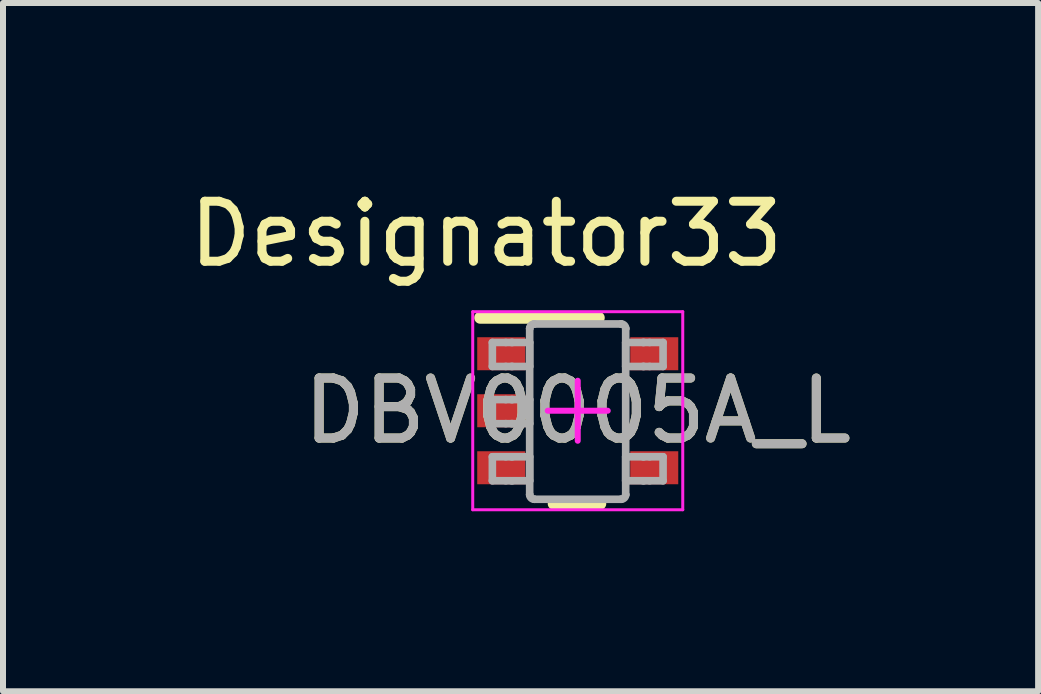
<source format=kicad_pcb>
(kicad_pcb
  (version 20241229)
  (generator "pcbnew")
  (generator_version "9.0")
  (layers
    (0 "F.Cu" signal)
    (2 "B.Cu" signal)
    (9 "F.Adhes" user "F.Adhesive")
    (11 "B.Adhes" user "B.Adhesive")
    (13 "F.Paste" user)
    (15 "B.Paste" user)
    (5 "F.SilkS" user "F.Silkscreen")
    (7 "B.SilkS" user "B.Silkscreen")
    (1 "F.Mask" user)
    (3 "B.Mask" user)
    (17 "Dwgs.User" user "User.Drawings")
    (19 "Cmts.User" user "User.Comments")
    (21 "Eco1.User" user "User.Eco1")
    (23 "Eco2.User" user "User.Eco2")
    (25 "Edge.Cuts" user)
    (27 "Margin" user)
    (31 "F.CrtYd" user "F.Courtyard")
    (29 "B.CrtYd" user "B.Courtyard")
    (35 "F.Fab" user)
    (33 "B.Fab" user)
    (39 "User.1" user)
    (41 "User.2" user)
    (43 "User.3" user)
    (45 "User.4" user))
  (footprint "DBV0005A_L"
    (layer "F.Cu")
    (at 6.578 3.795)
    (property "Reference" "DBV0005A_L" (at 0 0 0) (unlocked yes) (layer "F.SilkS") (effects (font (size 1 1) (thickness 0.15))))
    (attr smd)
    (fp_line (start -1.625 -1.55) (end 0.35 -1.55) (stroke (width 0.2) (type solid)) (layer "F.SilkS"))
    (fp_line (start -0.4 1.55) (end 0.375 1.55) (stroke (width 0.2) (type solid)) (layer "F.SilkS"))
    (fp_line (start -1.75 -1.65) (end 1.75 -1.65) (stroke (width 0.05) (type solid)) (layer "F.CrtYd"))
    (fp_line (start -1.75 1.65) (end -1.75 -1.65) (stroke (width 0.05) (type solid)) (layer "F.CrtYd"))
    (fp_line (start -1.75 1.65) (end 1.75 1.65) (stroke (width 0.05) (type solid)) (layer "F.CrtYd"))
    (fp_line (start -0.5 0) (end 0.5 0) (stroke (width 0.1) (type solid)) (layer "F.CrtYd"))
    (fp_line (start 0 0.5) (end 0 -0.5) (stroke (width 0.1) (type solid)) (layer "F.CrtYd"))
    (fp_line (start 1.75 1.65) (end 1.75 -1.65) (stroke (width 0.05) (type solid)) (layer "F.CrtYd"))
    (fp_line (start -1.423 -1.138) (end -1.199 -1.138) (stroke (width 0.127) (type solid)) (layer "F.Fab"))
    (fp_line (start -1.423 -0.738) (end -1.423 -1.138) (stroke (width 0.127) (type solid)) (layer "F.Fab"))
    (fp_line (start -1.423 -0.738) (end -1.199 -0.738) (stroke (width 0.127) (type solid)) (layer "F.Fab"))
    (fp_line (start -1.423 -0.186) (end -1.199 -0.186) (stroke (width 0.127) (type solid)) (layer "F.Fab"))
    (fp_line (start -1.423 0.215) (end -1.423 -0.186) (stroke (width 0.127) (type solid)) (layer "F.Fab"))
    (fp_line (start -1.423 0.215) (end -1.199 0.215) (stroke (width 0.127) (type solid)) (layer "F.Fab"))
    (fp_line (start -1.423 0.767) (end -1.199 0.767) (stroke (width 0.127) (type solid)) (layer "F.Fab"))
    (fp_line (start -1.423 1.167) (end -1.423 0.767) (stroke (width 0.127) (type solid)) (layer "F.Fab"))
    (fp_line (start -1.423 1.167) (end -1.199 1.167) (stroke (width 0.127) (type solid)) (layer "F.Fab"))
    (fp_line (start -1.199 -1.138) (end -1.105 -1.138) (stroke (width 0.127) (type solid)) (layer "F.Fab"))
    (fp_line (start -1.199 -0.738) (end -1.105 -0.738) (stroke (width 0.127) (type solid)) (layer "F.Fab"))
    (fp_line (start -1.199 -0.186) (end -1.105 -0.186) (stroke (width 0.127) (type solid)) (layer "F.Fab"))
    (fp_line (start -1.199 0.215) (end -1.105 0.215) (stroke (width 0.127) (type solid)) (layer "F.Fab"))
    (fp_line (start -1.199 0.767) (end -1.105 0.767) (stroke (width 0.127) (type solid)) (layer "F.Fab"))
    (fp_line (start -1.199 1.167) (end -1.105 1.167) (stroke (width 0.127) (type solid)) (layer "F.Fab"))
    (fp_line (start -1.105 -1.138) (end -1.088 -1.138) (stroke (width 0.127) (type solid)) (layer "F.Fab"))
    (fp_line (start -1.105 -0.738) (end -1.088 -0.738) (stroke (width 0.127) (type solid)) (layer "F.Fab"))
    (fp_line (start -1.105 -0.186) (end -1.088 -0.186) (stroke (width 0.127) (type solid)) (layer "F.Fab"))
    (fp_line (start -1.105 0.215) (end -1.088 0.215) (stroke (width 0.127) (type solid)) (layer "F.Fab"))
    (fp_line (start -1.105 0.767) (end -1.088 0.767) (stroke (width 0.127) (type solid)) (layer "F.Fab"))
    (fp_line (start -1.105 1.167) (end -1.088 1.167) (stroke (width 0.127) (type solid)) (layer "F.Fab"))
    (fp_line (start -1.088 -1.138) (end -0.835 -1.138) (stroke (width 0.127) (type solid)) (layer "F.Fab"))
    (fp_line (start -1.088 -0.738) (end -0.835 -0.738) (stroke (width 0.127) (type solid)) (layer "F.Fab"))
    (fp_line (start -1.088 -0.186) (end -0.835 -0.186) (stroke (width 0.127) (type solid)) (layer "F.Fab"))
    (fp_line (start -1.088 0.215) (end -0.835 0.215) (stroke (width 0.127) (type solid)) (layer "F.Fab"))
    (fp_line (start -1.088 0.767) (end -0.835 0.767) (stroke (width 0.127) (type solid)) (layer "F.Fab"))
    (fp_line (start -1.088 1.167) (end -0.835 1.167) (stroke (width 0.127) (type solid)) (layer "F.Fab"))
    (fp_line (start -0.835 -1.138) (end -0.801 -1.138) (stroke (width 0.127) (type solid)) (layer "F.Fab"))
    (fp_line (start -0.835 -0.738) (end -0.801 -0.738) (stroke (width 0.127) (type solid)) (layer "F.Fab"))
    (fp_line (start -0.835 -0.186) (end -0.801 -0.186) (stroke (width 0.127) (type solid)) (layer "F.Fab"))
    (fp_line (start -0.835 0.215) (end -0.801 0.215) (stroke (width 0.127) (type solid)) (layer "F.Fab"))
    (fp_line (start -0.835 0.767) (end -0.801 0.767) (stroke (width 0.127) (type solid)) (layer "F.Fab"))
    (fp_line (start -0.835 1.167) (end -0.801 1.167) (stroke (width 0.127) (type solid)) (layer "F.Fab"))
    (fp_line (start -0.801 -1.37) (end -0.801 -1.371) (stroke (width 0.127) (type solid)) (layer "F.Fab"))
    (fp_line (start -0.801 -0.738) (end -0.801 -1.138) (stroke (width 0.127) (type solid)) (layer "F.Fab"))
    (fp_line (start -0.801 0.215) (end -0.801 -0.186) (stroke (width 0.127) (type solid)) (layer "F.Fab"))
    (fp_line (start -0.801 1.167) (end -0.801 0.767) (stroke (width 0.127) (type solid)) (layer "F.Fab"))
    (fp_line (start -0.801 1.399) (end -0.801 -1.37) (stroke (width 0.127) (type solid)) (layer "F.Fab"))
    (fp_line (start -0.801 1.4) (end -0.801 1.399) (stroke (width 0.127) (type solid)) (layer "F.Fab"))
    (fp_line (start -0.725 -1.446) (end -0.725 -1.446) (stroke (width 0.127) (type solid)) (layer "F.Fab"))
    (fp_line (start -0.725 1.475) (end -0.725 1.475) (stroke (width 0.127) (type solid)) (layer "F.Fab"))
    (fp_line (start -0.725 -1.446) (end 0.723 -1.446) (stroke (width 0.127) (type solid)) (layer "F.Fab"))
    (fp_line (start -0.725 1.475) (end 0.723 1.475) (stroke (width 0.127) (type solid)) (layer "F.Fab"))
    (fp_line (start 0.723 -1.446) (end 0.724 -1.446) (stroke (width 0.127) (type solid)) (layer "F.Fab"))
    (fp_line (start 0.723 1.475) (end 0.724 1.475) (stroke (width 0.127) (type solid)) (layer "F.Fab"))
    (fp_line (start 0.799 -1.37) (end 0.799 -1.371) (stroke (width 0.127) (type solid)) (layer "F.Fab"))
    (fp_line (start 0.799 -1.138) (end 0.834 -1.138) (stroke (width 0.127) (type solid)) (layer "F.Fab"))
    (fp_line (start 0.799 -0.738) (end 0.799 -1.138) (stroke (width 0.127) (type solid)) (layer "F.Fab"))
    (fp_line (start 0.799 -0.738) (end 0.834 -0.738) (stroke (width 0.127) (type solid)) (layer "F.Fab"))
    (fp_line (start 0.799 0.767) (end 0.834 0.767) (stroke (width 0.127) (type solid)) (layer "F.Fab"))
    (fp_line (start 0.799 1.167) (end 0.799 0.767) (stroke (width 0.127) (type solid)) (layer "F.Fab"))
    (fp_line (start 0.799 1.167) (end 0.834 1.167) (stroke (width 0.127) (type solid)) (layer "F.Fab"))
    (fp_line (start 0.799 1.399) (end 0.799 -1.37) (stroke (width 0.127) (type solid)) (layer "F.Fab"))
    (fp_line (start 0.799 1.4) (end 0.799 1.399) (stroke (width 0.127) (type solid)) (layer "F.Fab"))
    (fp_line (start 0.834 -1.138) (end 1.087 -1.138) (stroke (width 0.127) (type solid)) (layer "F.Fab"))
    (fp_line (start 0.834 -0.738) (end 1.087 -0.738) (stroke (width 0.127) (type solid)) (layer "F.Fab"))
    (fp_line (start 0.834 0.767) (end 1.087 0.767) (stroke (width 0.127) (type solid)) (layer "F.Fab"))
    (fp_line (start 0.834 1.167) (end 1.087 1.167) (stroke (width 0.127) (type solid)) (layer "F.Fab"))
    (fp_line (start 1.087 -1.138) (end 1.103 -1.138) (stroke (width 0.127) (type solid)) (layer "F.Fab"))
    (fp_line (start 1.087 -0.738) (end 1.103 -0.738) (stroke (width 0.127) (type solid)) (layer "F.Fab"))
    (fp_line (start 1.087 0.767) (end 1.103 0.767) (stroke (width 0.127) (type solid)) (layer "F.Fab"))
    (fp_line (start 1.087 1.167) (end 1.103 1.167) (stroke (width 0.127) (type solid)) (layer "F.Fab"))
    (fp_line (start 1.103 -1.138) (end 1.198 -1.138) (stroke (width 0.127) (type solid)) (layer "F.Fab"))
    (fp_line (start 1.103 -0.738) (end 1.198 -0.738) (stroke (width 0.127) (type solid)) (layer "F.Fab"))
    (fp_line (start 1.103 0.767) (end 1.198 0.767) (stroke (width 0.127) (type solid)) (layer "F.Fab"))
    (fp_line (start 1.103 1.167) (end 1.198 1.167) (stroke (width 0.127) (type solid)) (layer "F.Fab"))
    (fp_line (start 1.198 -1.138) (end 1.422 -1.138) (stroke (width 0.127) (type solid)) (layer "F.Fab"))
    (fp_line (start 1.198 -0.738) (end 1.422 -0.738) (stroke (width 0.127) (type solid)) (layer "F.Fab"))
    (fp_line (start 1.198 0.767) (end 1.422 0.767) (stroke (width 0.127) (type solid)) (layer "F.Fab"))
    (fp_line (start 1.198 1.167) (end 1.422 1.167) (stroke (width 0.127) (type solid)) (layer "F.Fab"))
    (fp_line (start 1.422 -0.738) (end 1.422 -1.138) (stroke (width 0.127) (type solid)) (layer "F.Fab"))
    (fp_line (start 1.422 1.167) (end 1.422 0.767) (stroke (width 0.127) (type solid)) (layer "F.Fab"))
    (fp_arc (start -0.80074 -1.37084) (mid -0.778218 -1.423887) (end -0.724999 -1.445998) (stroke (width 0.127) (type solid)) (layer "F.Fab"))
    (fp_arc (start -0.724999 1.475) (mid -0.778213 1.452901) (end -0.80074 1.399867) (stroke (width 0.127) (type solid)) (layer "F.Fab"))
    (fp_arc (start 0.723714 -1.445998) (mid 0.776933 -1.423887) (end 0.799455 -1.37084) (stroke (width 0.127) (type solid)) (layer "F.Fab"))
    (fp_arc (start 0.799455 1.399868) (mid 0.776927 1.452901) (end 0.723713 1.475) (stroke (width 0.127) (type solid)) (layer "F.Fab"))
    (fp_text user "Designator33" (at -1.524 -2.946 0) (unlocked yes) (layer "F.SilkS") (effects (font (size 1 1) (thickness 0.15))))
    (fp_text user "${REFERENCE}" (at 0 0 0) (unlocked yes) (layer "F.Fab") (effects (font (size 1 1) (thickness 0.15))))
    (pad "1" smd rect (at -1.275 -0.95 90) (size 0.55 0.8) (layers "F.Cu" "F.Mask" "F.Paste"))
    (pad "2" smd rect (at -1.275 0 90) (size 0.55 0.8) (layers "F.Cu" "F.Mask" "F.Paste"))
    (pad "3" smd rect (at -1.275 0.95 90) (size 0.55 0.8) (layers "F.Cu" "F.Mask" "F.Paste"))
    (pad "4" smd rect (at 1.275 0.95 90) (size 0.55 0.8) (layers "F.Cu" "F.Mask" "F.Paste"))
    (pad "5" smd rect (at 1.275 -0.95 90) (size 0.55 0.8) (layers "F.Cu" "F.Mask" "F.Paste")))
  (gr_rect
    (start -3 -3)
    (end 14.25 8.47)
    (stroke (width 0.1) (type default))
    (fill no)
    (layer "Edge.Cuts")))
</source>
